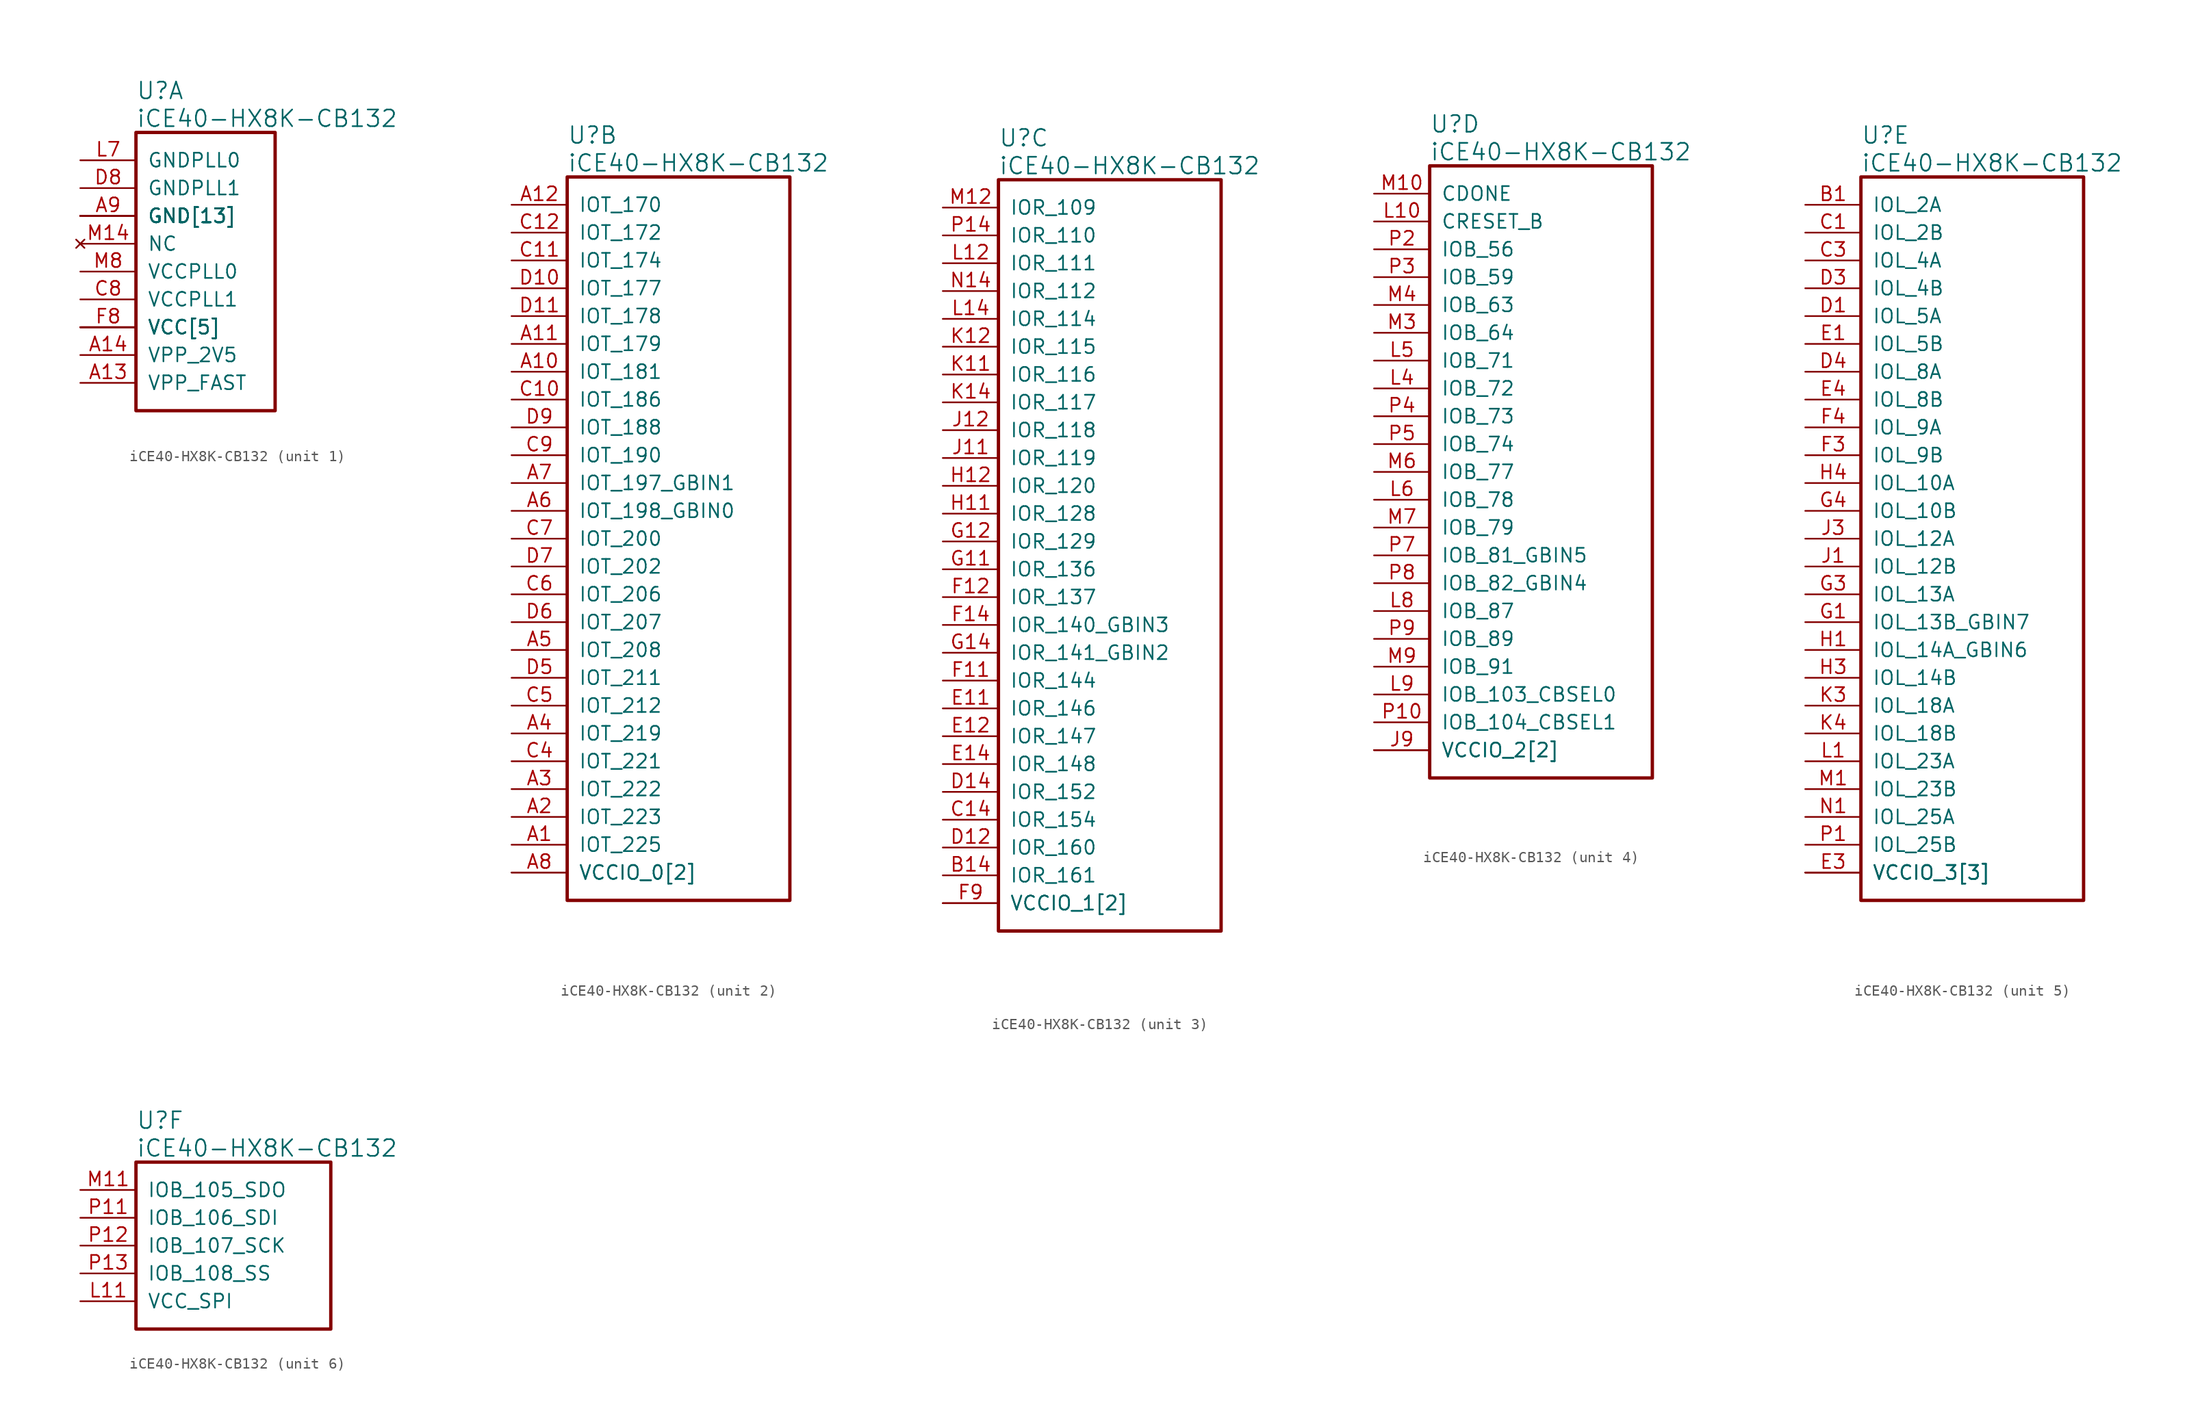
<source format=kicad_sym>
(kicad_symbol_lib
  (version 20241209)
  (generator "kicad_symbol_editor")
  (generator_version "9.0")
  (symbol "iCE40-HX8K-CB132"
    (pin_names
      (offset 1.016))
    (property "Reference" "U"
      (at 5.08 6.35 0)
      (effects (font (size 1.524 1.524)) (justify left)))
    (property "Value" "iCE40-HX8K-CB132"
      (at 5.08 3.81 0)
      (effects (font (size 1.524 1.524)) (justify left)))
    (property "ki_locked" ""
      (at 0 0 0)
      (effects (font (size 1.27 1.27))))
    (symbol "iCE40-HX8K-CB132_1_1"
      (rectangle (start 5.08 2.54) (end 17.78 -22.86) (stroke (width 0.305) (type solid)) (fill (type none)))
      (pin power_in line (at 0 0 0) (length 5.08) (name "GNDPLL0" (effects (font (size 1.27 1.27)))) (number "L7" (effects (font (size 1.27 1.27)))))
      (pin power_in line (at 0 -2.54 0) (length 5.08) (name "GNDPLL1" (effects (font (size 1.27 1.27)))) (number "D8" (effects (font (size 1.27 1.27)))))
      (pin power_in line (at 0 -5.08 0) (length 5.08) (name "GND[13]" (effects (font (size 1.27 1.27)))) (number "A9" (effects (font (size 1.27 1.27)))))
      (pin power_in line (at 0 -5.08 0) (length 5.08) (name "GND[13]" (effects (font (size 1.27 1.27)))) (number "F1" (effects (font (size 0 0)))))
      (pin power_in line (at 0 -5.08 0) (length 5.08) (name "GND[13]" (effects (font (size 1.27 1.27)))) (number "F7" (effects (font (size 0 0)))))
      (pin power_in line (at 0 -5.08 0) (length 5.08) (name "GND[13]" (effects (font (size 1.27 1.27)))) (number "G7" (effects (font (size 0 0)))))
      (pin power_in line (at 0 -5.08 0) (length 5.08) (name "GND[13]" (effects (font (size 1.27 1.27)))) (number "G8" (effects (font (size 0 0)))))
      (pin power_in line (at 0 -5.08 0) (length 5.08) (name "GND[13]" (effects (font (size 1.27 1.27)))) (number "G9" (effects (font (size 0 0)))))
      (pin power_in line (at 0 -5.08 0) (length 5.08) (name "GND[13]" (effects (font (size 1.27 1.27)))) (number "H6" (effects (font (size 0 0)))))
      (pin power_in line (at 0 -5.08 0) (length 5.08) (name "GND[13]" (effects (font (size 1.27 1.27)))) (number "H7" (effects (font (size 0 0)))))
      (pin power_in line (at 0 -5.08 0) (length 5.08) (name "GND[13]" (effects (font (size 1.27 1.27)))) (number "H8" (effects (font (size 0 0)))))
      (pin power_in line (at 0 -5.08 0) (length 5.08) (name "GND[13]" (effects (font (size 1.27 1.27)))) (number "J14" (effects (font (size 0 0)))))
      (pin power_in line (at 0 -5.08 0) (length 5.08) (name "GND[13]" (effects (font (size 1.27 1.27)))) (number "J8" (effects (font (size 0 0)))))
      (pin power_in line (at 0 -5.08 0) (length 5.08) (name "GND[13]" (effects (font (size 1.27 1.27)))) (number "L3" (effects (font (size 0 0)))))
      (pin power_in line (at 0 -5.08 0) (length 5.08) (name "GND[13]" (effects (font (size 1.27 1.27)))) (number "P6" (effects (font (size 0 0)))))
      (pin no_connect line (at 0 -7.62 0) (length 5.08) (name "NC" (effects (font (size 1.27 1.27)))) (number "M14" (effects (font (size 1.27 1.27)))))
      (pin power_in line (at 0 -10.16 0) (length 5.08) (name "VCCPLL0" (effects (font (size 1.27 1.27)))) (number "M8" (effects (font (size 1.27 1.27)))))
      (pin power_in line (at 0 -12.7 0) (length 5.08) (name "VCCPLL1" (effects (font (size 1.27 1.27)))) (number "C8" (effects (font (size 1.27 1.27)))))
      (pin power_in line (at 0 -15.24 0) (length 5.08) (name "VCC[5]" (effects (font (size 1.27 1.27)))) (number "F8" (effects (font (size 1.27 1.27)))))
      (pin power_in line (at 0 -15.24 0) (length 5.08) (name "VCC[5]" (effects (font (size 1.27 1.27)))) (number "G6" (effects (font (size 0 0)))))
      (pin power_in line (at 0 -15.24 0) (length 5.08) (name "VCC[5]" (effects (font (size 1.27 1.27)))) (number "H9" (effects (font (size 0 0)))))
      (pin power_in line (at 0 -15.24 0) (length 5.08) (name "VCC[5]" (effects (font (size 1.27 1.27)))) (number "J4" (effects (font (size 0 0)))))
      (pin power_in line (at 0 -15.24 0) (length 5.08) (name "VCC[5]" (effects (font (size 1.27 1.27)))) (number "J7" (effects (font (size 0 0)))))
      (pin power_in line (at 0 -17.78 0) (length 5.08) (name "VPP_2V5" (effects (font (size 1.27 1.27)))) (number "A14" (effects (font (size 1.27 1.27)))))
      (pin power_in line (at 0 -20.32 0) (length 5.08) (name "VPP_FAST" (effects (font (size 1.27 1.27)))) (number "A13" (effects (font (size 1.27 1.27))))))
    (symbol "iCE40-HX8K-CB132_2_1"
      (rectangle (start 5.08 2.54) (end 25.4 -63.5) (stroke (width 0.305) (type solid)) (fill (type none)))
      (pin bidirectional line (at 0 0 0) (length 5.08) (name "IOT_170" (effects (font (size 1.27 1.27)))) (number "A12" (effects (font (size 1.27 1.27)))))
      (pin bidirectional line (at 0 -2.54 0) (length 5.08) (name "IOT_172" (effects (font (size 1.27 1.27)))) (number "C12" (effects (font (size 1.27 1.27)))))
      (pin bidirectional line (at 0 -5.08 0) (length 5.08) (name "IOT_174" (effects (font (size 1.27 1.27)))) (number "C11" (effects (font (size 1.27 1.27)))))
      (pin bidirectional line (at 0 -7.62 0) (length 5.08) (name "IOT_177" (effects (font (size 1.27 1.27)))) (number "D10" (effects (font (size 1.27 1.27)))))
      (pin bidirectional line (at 0 -10.16 0) (length 5.08) (name "IOT_178" (effects (font (size 1.27 1.27)))) (number "D11" (effects (font (size 1.27 1.27)))))
      (pin bidirectional line (at 0 -12.7 0) (length 5.08) (name "IOT_179" (effects (font (size 1.27 1.27)))) (number "A11" (effects (font (size 1.27 1.27)))))
      (pin bidirectional line (at 0 -15.24 0) (length 5.08) (name "IOT_181" (effects (font (size 1.27 1.27)))) (number "A10" (effects (font (size 1.27 1.27)))))
      (pin bidirectional line (at 0 -17.78 0) (length 5.08) (name "IOT_186" (effects (font (size 1.27 1.27)))) (number "C10" (effects (font (size 1.27 1.27)))))
      (pin bidirectional line (at 0 -20.32 0) (length 5.08) (name "IOT_188" (effects (font (size 1.27 1.27)))) (number "D9" (effects (font (size 1.27 1.27)))))
      (pin bidirectional line (at 0 -22.86 0) (length 5.08) (name "IOT_190" (effects (font (size 1.27 1.27)))) (number "C9" (effects (font (size 1.27 1.27)))))
      (pin bidirectional line (at 0 -25.4 0) (length 5.08) (name "IOT_197_GBIN1" (effects (font (size 1.27 1.27)))) (number "A7" (effects (font (size 1.27 1.27)))))
      (pin bidirectional line (at 0 -27.94 0) (length 5.08) (name "IOT_198_GBIN0" (effects (font (size 1.27 1.27)))) (number "A6" (effects (font (size 1.27 1.27)))))
      (pin bidirectional line (at 0 -30.48 0) (length 5.08) (name "IOT_200" (effects (font (size 1.27 1.27)))) (number "C7" (effects (font (size 1.27 1.27)))))
      (pin bidirectional line (at 0 -33.02 0) (length 5.08) (name "IOT_202" (effects (font (size 1.27 1.27)))) (number "D7" (effects (font (size 1.27 1.27)))))
      (pin bidirectional line (at 0 -35.56 0) (length 5.08) (name "IOT_206" (effects (font (size 1.27 1.27)))) (number "C6" (effects (font (size 1.27 1.27)))))
      (pin bidirectional line (at 0 -38.1 0) (length 5.08) (name "IOT_207" (effects (font (size 1.27 1.27)))) (number "D6" (effects (font (size 1.27 1.27)))))
      (pin bidirectional line (at 0 -40.64 0) (length 5.08) (name "IOT_208" (effects (font (size 1.27 1.27)))) (number "A5" (effects (font (size 1.27 1.27)))))
      (pin bidirectional line (at 0 -43.18 0) (length 5.08) (name "IOT_211" (effects (font (size 1.27 1.27)))) (number "D5" (effects (font (size 1.27 1.27)))))
      (pin bidirectional line (at 0 -45.72 0) (length 5.08) (name "IOT_212" (effects (font (size 1.27 1.27)))) (number "C5" (effects (font (size 1.27 1.27)))))
      (pin bidirectional line (at 0 -48.26 0) (length 5.08) (name "IOT_219" (effects (font (size 1.27 1.27)))) (number "A4" (effects (font (size 1.27 1.27)))))
      (pin bidirectional line (at 0 -50.8 0) (length 5.08) (name "IOT_221" (effects (font (size 1.27 1.27)))) (number "C4" (effects (font (size 1.27 1.27)))))
      (pin bidirectional line (at 0 -53.34 0) (length 5.08) (name "IOT_222" (effects (font (size 1.27 1.27)))) (number "A3" (effects (font (size 1.27 1.27)))))
      (pin bidirectional line (at 0 -55.88 0) (length 5.08) (name "IOT_223" (effects (font (size 1.27 1.27)))) (number "A2" (effects (font (size 1.27 1.27)))))
      (pin bidirectional line (at 0 -58.42 0) (length 5.08) (name "IOT_225" (effects (font (size 1.27 1.27)))) (number "A1" (effects (font (size 1.27 1.27)))))
      (pin power_in line (at 0 -60.96 0) (length 5.08) (name "VCCIO_0[2]" (effects (font (size 1.27 1.27)))) (number "A8" (effects (font (size 1.27 1.27)))))
      (pin power_in line (at 0 -60.96 0) (length 5.08) (name "VCCIO_0[2]" (effects (font (size 1.27 1.27)))) (number "F6" (effects (font (size 0 0))))))
    (symbol "iCE40-HX8K-CB132_3_1"
      (rectangle (start 5.08 2.54) (end 25.4 -66.04) (stroke (width 0.305) (type solid)) (fill (type none)))
      (pin bidirectional line (at 0 0 0) (length 5.08) (name "IOR_109" (effects (font (size 1.27 1.27)))) (number "M12" (effects (font (size 1.27 1.27)))))
      (pin bidirectional line (at 0 -2.54 0) (length 5.08) (name "IOR_110" (effects (font (size 1.27 1.27)))) (number "P14" (effects (font (size 1.27 1.27)))))
      (pin bidirectional line (at 0 -5.08 0) (length 5.08) (name "IOR_111" (effects (font (size 1.27 1.27)))) (number "L12" (effects (font (size 1.27 1.27)))))
      (pin bidirectional line (at 0 -7.62 0) (length 5.08) (name "IOR_112" (effects (font (size 1.27 1.27)))) (number "N14" (effects (font (size 1.27 1.27)))))
      (pin bidirectional line (at 0 -10.16 0) (length 5.08) (name "IOR_114" (effects (font (size 1.27 1.27)))) (number "L14" (effects (font (size 1.27 1.27)))))
      (pin bidirectional line (at 0 -12.7 0) (length 5.08) (name "IOR_115" (effects (font (size 1.27 1.27)))) (number "K12" (effects (font (size 1.27 1.27)))))
      (pin bidirectional line (at 0 -15.24 0) (length 5.08) (name "IOR_116" (effects (font (size 1.27 1.27)))) (number "K11" (effects (font (size 1.27 1.27)))))
      (pin bidirectional line (at 0 -17.78 0) (length 5.08) (name "IOR_117" (effects (font (size 1.27 1.27)))) (number "K14" (effects (font (size 1.27 1.27)))))
      (pin bidirectional line (at 0 -20.32 0) (length 5.08) (name "IOR_118" (effects (font (size 1.27 1.27)))) (number "J12" (effects (font (size 1.27 1.27)))))
      (pin bidirectional line (at 0 -22.86 0) (length 5.08) (name "IOR_119" (effects (font (size 1.27 1.27)))) (number "J11" (effects (font (size 1.27 1.27)))))
      (pin bidirectional line (at 0 -25.4 0) (length 5.08) (name "IOR_120" (effects (font (size 1.27 1.27)))) (number "H12" (effects (font (size 1.27 1.27)))))
      (pin bidirectional line (at 0 -27.94 0) (length 5.08) (name "IOR_128" (effects (font (size 1.27 1.27)))) (number "H11" (effects (font (size 1.27 1.27)))))
      (pin bidirectional line (at 0 -30.48 0) (length 5.08) (name "IOR_129" (effects (font (size 1.27 1.27)))) (number "G12" (effects (font (size 1.27 1.27)))))
      (pin bidirectional line (at 0 -33.02 0) (length 5.08) (name "IOR_136" (effects (font (size 1.27 1.27)))) (number "G11" (effects (font (size 1.27 1.27)))))
      (pin bidirectional line (at 0 -35.56 0) (length 5.08) (name "IOR_137" (effects (font (size 1.27 1.27)))) (number "F12" (effects (font (size 1.27 1.27)))))
      (pin bidirectional line (at 0 -38.1 0) (length 5.08) (name "IOR_140_GBIN3" (effects (font (size 1.27 1.27)))) (number "F14" (effects (font (size 1.27 1.27)))))
      (pin bidirectional line (at 0 -40.64 0) (length 5.08) (name "IOR_141_GBIN2" (effects (font (size 1.27 1.27)))) (number "G14" (effects (font (size 1.27 1.27)))))
      (pin bidirectional line (at 0 -43.18 0) (length 5.08) (name "IOR_144" (effects (font (size 1.27 1.27)))) (number "F11" (effects (font (size 1.27 1.27)))))
      (pin bidirectional line (at 0 -45.72 0) (length 5.08) (name "IOR_146" (effects (font (size 1.27 1.27)))) (number "E11" (effects (font (size 1.27 1.27)))))
      (pin bidirectional line (at 0 -48.26 0) (length 5.08) (name "IOR_147" (effects (font (size 1.27 1.27)))) (number "E12" (effects (font (size 1.27 1.27)))))
      (pin bidirectional line (at 0 -50.8 0) (length 5.08) (name "IOR_148" (effects (font (size 1.27 1.27)))) (number "E14" (effects (font (size 1.27 1.27)))))
      (pin bidirectional line (at 0 -53.34 0) (length 5.08) (name "IOR_152" (effects (font (size 1.27 1.27)))) (number "D14" (effects (font (size 1.27 1.27)))))
      (pin bidirectional line (at 0 -55.88 0) (length 5.08) (name "IOR_154" (effects (font (size 1.27 1.27)))) (number "C14" (effects (font (size 1.27 1.27)))))
      (pin bidirectional line (at 0 -58.42 0) (length 5.08) (name "IOR_160" (effects (font (size 1.27 1.27)))) (number "D12" (effects (font (size 1.27 1.27)))))
      (pin bidirectional line (at 0 -60.96 0) (length 5.08) (name "IOR_161" (effects (font (size 1.27 1.27)))) (number "B14" (effects (font (size 1.27 1.27)))))
      (pin power_in line (at 0 -63.5 0) (length 5.08) (name "VCCIO_1[2]" (effects (font (size 1.27 1.27)))) (number "F9" (effects (font (size 1.27 1.27)))))
      (pin power_in line (at 0 -63.5 0) (length 5.08) (name "VCCIO_1[2]" (effects (font (size 1.27 1.27)))) (number "H14" (effects (font (size 0 0))))))
    (symbol "iCE40-HX8K-CB132_4_1"
      (rectangle (start 5.08 2.54) (end 25.4 -53.34) (stroke (width 0.305) (type solid)) (fill (type none)))
      (pin output line (at 0 0 0) (length 5.08) (name "CDONE" (effects (font (size 1.27 1.27)))) (number "M10" (effects (font (size 1.27 1.27)))))
      (pin input line (at 0 -2.54 0) (length 5.08) (name "CRESET_B" (effects (font (size 1.27 1.27)))) (number "L10" (effects (font (size 1.27 1.27)))))
      (pin bidirectional line (at 0 -5.08 0) (length 5.08) (name "IOB_56" (effects (font (size 1.27 1.27)))) (number "P2" (effects (font (size 1.27 1.27)))))
      (pin bidirectional line (at 0 -7.62 0) (length 5.08) (name "IOB_59" (effects (font (size 1.27 1.27)))) (number "P3" (effects (font (size 1.27 1.27)))))
      (pin bidirectional line (at 0 -10.16 0) (length 5.08) (name "IOB_63" (effects (font (size 1.27 1.27)))) (number "M4" (effects (font (size 1.27 1.27)))))
      (pin bidirectional line (at 0 -12.7 0) (length 5.08) (name "IOB_64" (effects (font (size 1.27 1.27)))) (number "M3" (effects (font (size 1.27 1.27)))))
      (pin bidirectional line (at 0 -15.24 0) (length 5.08) (name "IOB_71" (effects (font (size 1.27 1.27)))) (number "L5" (effects (font (size 1.27 1.27)))))
      (pin bidirectional line (at 0 -17.78 0) (length 5.08) (name "IOB_72" (effects (font (size 1.27 1.27)))) (number "L4" (effects (font (size 1.27 1.27)))))
      (pin bidirectional line (at 0 -20.32 0) (length 5.08) (name "IOB_73" (effects (font (size 1.27 1.27)))) (number "P4" (effects (font (size 1.27 1.27)))))
      (pin bidirectional line (at 0 -22.86 0) (length 5.08) (name "IOB_74" (effects (font (size 1.27 1.27)))) (number "P5" (effects (font (size 1.27 1.27)))))
      (pin bidirectional line (at 0 -25.4 0) (length 5.08) (name "IOB_77" (effects (font (size 1.27 1.27)))) (number "M6" (effects (font (size 1.27 1.27)))))
      (pin bidirectional line (at 0 -27.94 0) (length 5.08) (name "IOB_78" (effects (font (size 1.27 1.27)))) (number "L6" (effects (font (size 1.27 1.27)))))
      (pin bidirectional line (at 0 -30.48 0) (length 5.08) (name "IOB_79" (effects (font (size 1.27 1.27)))) (number "M7" (effects (font (size 1.27 1.27)))))
      (pin bidirectional line (at 0 -33.02 0) (length 5.08) (name "IOB_81_GBIN5" (effects (font (size 1.27 1.27)))) (number "P7" (effects (font (size 1.27 1.27)))))
      (pin bidirectional line (at 0 -35.56 0) (length 5.08) (name "IOB_82_GBIN4" (effects (font (size 1.27 1.27)))) (number "P8" (effects (font (size 1.27 1.27)))))
      (pin bidirectional line (at 0 -38.1 0) (length 5.08) (name "IOB_87" (effects (font (size 1.27 1.27)))) (number "L8" (effects (font (size 1.27 1.27)))))
      (pin bidirectional line (at 0 -40.64 0) (length 5.08) (name "IOB_89" (effects (font (size 1.27 1.27)))) (number "P9" (effects (font (size 1.27 1.27)))))
      (pin bidirectional line (at 0 -43.18 0) (length 5.08) (name "IOB_91" (effects (font (size 1.27 1.27)))) (number "M9" (effects (font (size 1.27 1.27)))))
      (pin bidirectional line (at 0 -45.72 0) (length 5.08) (name "IOB_103_CBSEL0" (effects (font (size 1.27 1.27)))) (number "L9" (effects (font (size 1.27 1.27)))))
      (pin bidirectional line (at 0 -48.26 0) (length 5.08) (name "IOB_104_CBSEL1" (effects (font (size 1.27 1.27)))) (number "P10" (effects (font (size 1.27 1.27)))))
      (pin power_in line (at 0 -50.8 0) (length 5.08) (name "VCCIO_2[2]" (effects (font (size 1.27 1.27)))) (number "J9" (effects (font (size 1.27 1.27)))))
      (pin power_in line (at 0 -50.8 0) (length 5.08) (name "VCCIO_2[2]" (effects (font (size 1.27 1.27)))) (number "M5" (effects (font (size 0 0))))))
    (symbol "iCE40-HX8K-CB132_5_1"
      (rectangle (start 5.08 2.54) (end 25.4 -63.5) (stroke (width 0.305) (type solid)) (fill (type none)))
      (pin bidirectional line (at 0 0 0) (length 5.08) (name "IOL_2A" (effects (font (size 1.27 1.27)))) (number "B1" (effects (font (size 1.27 1.27)))))
      (pin bidirectional line (at 0 -2.54 0) (length 5.08) (name "IOL_2B" (effects (font (size 1.27 1.27)))) (number "C1" (effects (font (size 1.27 1.27)))))
      (pin bidirectional line (at 0 -5.08 0) (length 5.08) (name "IOL_4A" (effects (font (size 1.27 1.27)))) (number "C3" (effects (font (size 1.27 1.27)))))
      (pin bidirectional line (at 0 -7.62 0) (length 5.08) (name "IOL_4B" (effects (font (size 1.27 1.27)))) (number "D3" (effects (font (size 1.27 1.27)))))
      (pin bidirectional line (at 0 -10.16 0) (length 5.08) (name "IOL_5A" (effects (font (size 1.27 1.27)))) (number "D1" (effects (font (size 1.27 1.27)))))
      (pin bidirectional line (at 0 -12.7 0) (length 5.08) (name "IOL_5B" (effects (font (size 1.27 1.27)))) (number "E1" (effects (font (size 1.27 1.27)))))
      (pin bidirectional line (at 0 -15.24 0) (length 5.08) (name "IOL_8A" (effects (font (size 1.27 1.27)))) (number "D4" (effects (font (size 1.27 1.27)))))
      (pin bidirectional line (at 0 -17.78 0) (length 5.08) (name "IOL_8B" (effects (font (size 1.27 1.27)))) (number "E4" (effects (font (size 1.27 1.27)))))
      (pin bidirectional line (at 0 -20.32 0) (length 5.08) (name "IOL_9A" (effects (font (size 1.27 1.27)))) (number "F4" (effects (font (size 1.27 1.27)))))
      (pin bidirectional line (at 0 -22.86 0) (length 5.08) (name "IOL_9B" (effects (font (size 1.27 1.27)))) (number "F3" (effects (font (size 1.27 1.27)))))
      (pin bidirectional line (at 0 -25.4 0) (length 5.08) (name "IOL_10A" (effects (font (size 1.27 1.27)))) (number "H4" (effects (font (size 1.27 1.27)))))
      (pin bidirectional line (at 0 -27.94 0) (length 5.08) (name "IOL_10B" (effects (font (size 1.27 1.27)))) (number "G4" (effects (font (size 1.27 1.27)))))
      (pin bidirectional line (at 0 -30.48 0) (length 5.08) (name "IOL_12A" (effects (font (size 1.27 1.27)))) (number "J3" (effects (font (size 1.27 1.27)))))
      (pin bidirectional line (at 0 -33.02 0) (length 5.08) (name "IOL_12B" (effects (font (size 1.27 1.27)))) (number "J1" (effects (font (size 1.27 1.27)))))
      (pin bidirectional line (at 0 -35.56 0) (length 5.08) (name "IOL_13A" (effects (font (size 1.27 1.27)))) (number "G3" (effects (font (size 1.27 1.27)))))
      (pin bidirectional line (at 0 -38.1 0) (length 5.08) (name "IOL_13B_GBIN7" (effects (font (size 1.27 1.27)))) (number "G1" (effects (font (size 1.27 1.27)))))
      (pin bidirectional line (at 0 -40.64 0) (length 5.08) (name "IOL_14A_GBIN6" (effects (font (size 1.27 1.27)))) (number "H1" (effects (font (size 1.27 1.27)))))
      (pin bidirectional line (at 0 -43.18 0) (length 5.08) (name "IOL_14B" (effects (font (size 1.27 1.27)))) (number "H3" (effects (font (size 1.27 1.27)))))
      (pin bidirectional line (at 0 -45.72 0) (length 5.08) (name "IOL_18A" (effects (font (size 1.27 1.27)))) (number "K3" (effects (font (size 1.27 1.27)))))
      (pin bidirectional line (at 0 -48.26 0) (length 5.08) (name "IOL_18B" (effects (font (size 1.27 1.27)))) (number "K4" (effects (font (size 1.27 1.27)))))
      (pin bidirectional line (at 0 -50.8 0) (length 5.08) (name "IOL_23A" (effects (font (size 1.27 1.27)))) (number "L1" (effects (font (size 1.27 1.27)))))
      (pin bidirectional line (at 0 -53.34 0) (length 5.08) (name "IOL_23B" (effects (font (size 1.27 1.27)))) (number "M1" (effects (font (size 1.27 1.27)))))
      (pin bidirectional line (at 0 -55.88 0) (length 5.08) (name "IOL_25A" (effects (font (size 1.27 1.27)))) (number "N1" (effects (font (size 1.27 1.27)))))
      (pin bidirectional line (at 0 -58.42 0) (length 5.08) (name "IOL_25B" (effects (font (size 1.27 1.27)))) (number "P1" (effects (font (size 1.27 1.27)))))
      (pin power_in line (at 0 -60.96 0) (length 5.08) (name "VCCIO_3[3]" (effects (font (size 1.27 1.27)))) (number "E3" (effects (font (size 1.27 1.27)))))
      (pin power_in line (at 0 -60.96 0) (length 5.08) (name "VCCIO_3[3]" (effects (font (size 1.27 1.27)))) (number "J6" (effects (font (size 0 0)))))
      (pin power_in line (at 0 -60.96 0) (length 5.08) (name "VCCIO_3[3]" (effects (font (size 1.27 1.27)))) (number "K1" (effects (font (size 0 0))))))
    (symbol "iCE40-HX8K-CB132_6_1"
      (rectangle (start 5.08 2.54) (end 22.86 -12.7) (stroke (width 0.305) (type solid)) (fill (type none)))
      (pin bidirectional line (at 0 0 0) (length 5.08) (name "IOB_105_SDO" (effects (font (size 1.27 1.27)))) (number "M11" (effects (font (size 1.27 1.27)))))
      (pin bidirectional line (at 0 -2.54 0) (length 5.08) (name "IOB_106_SDI" (effects (font (size 1.27 1.27)))) (number "P11" (effects (font (size 1.27 1.27)))))
      (pin bidirectional line (at 0 -5.08 0) (length 5.08) (name "IOB_107_SCK" (effects (font (size 1.27 1.27)))) (number "P12" (effects (font (size 1.27 1.27)))))
      (pin bidirectional line (at 0 -7.62 0) (length 5.08) (name "IOB_108_SS" (effects (font (size 1.27 1.27)))) (number "P13" (effects (font (size 1.27 1.27)))))
      (pin power_in line (at 0 -10.16 0) (length 5.08) (name "VCC_SPI" (effects (font (size 1.27 1.27)))) (number "L11" (effects (font (size 1.27 1.27))))))))
</source>
